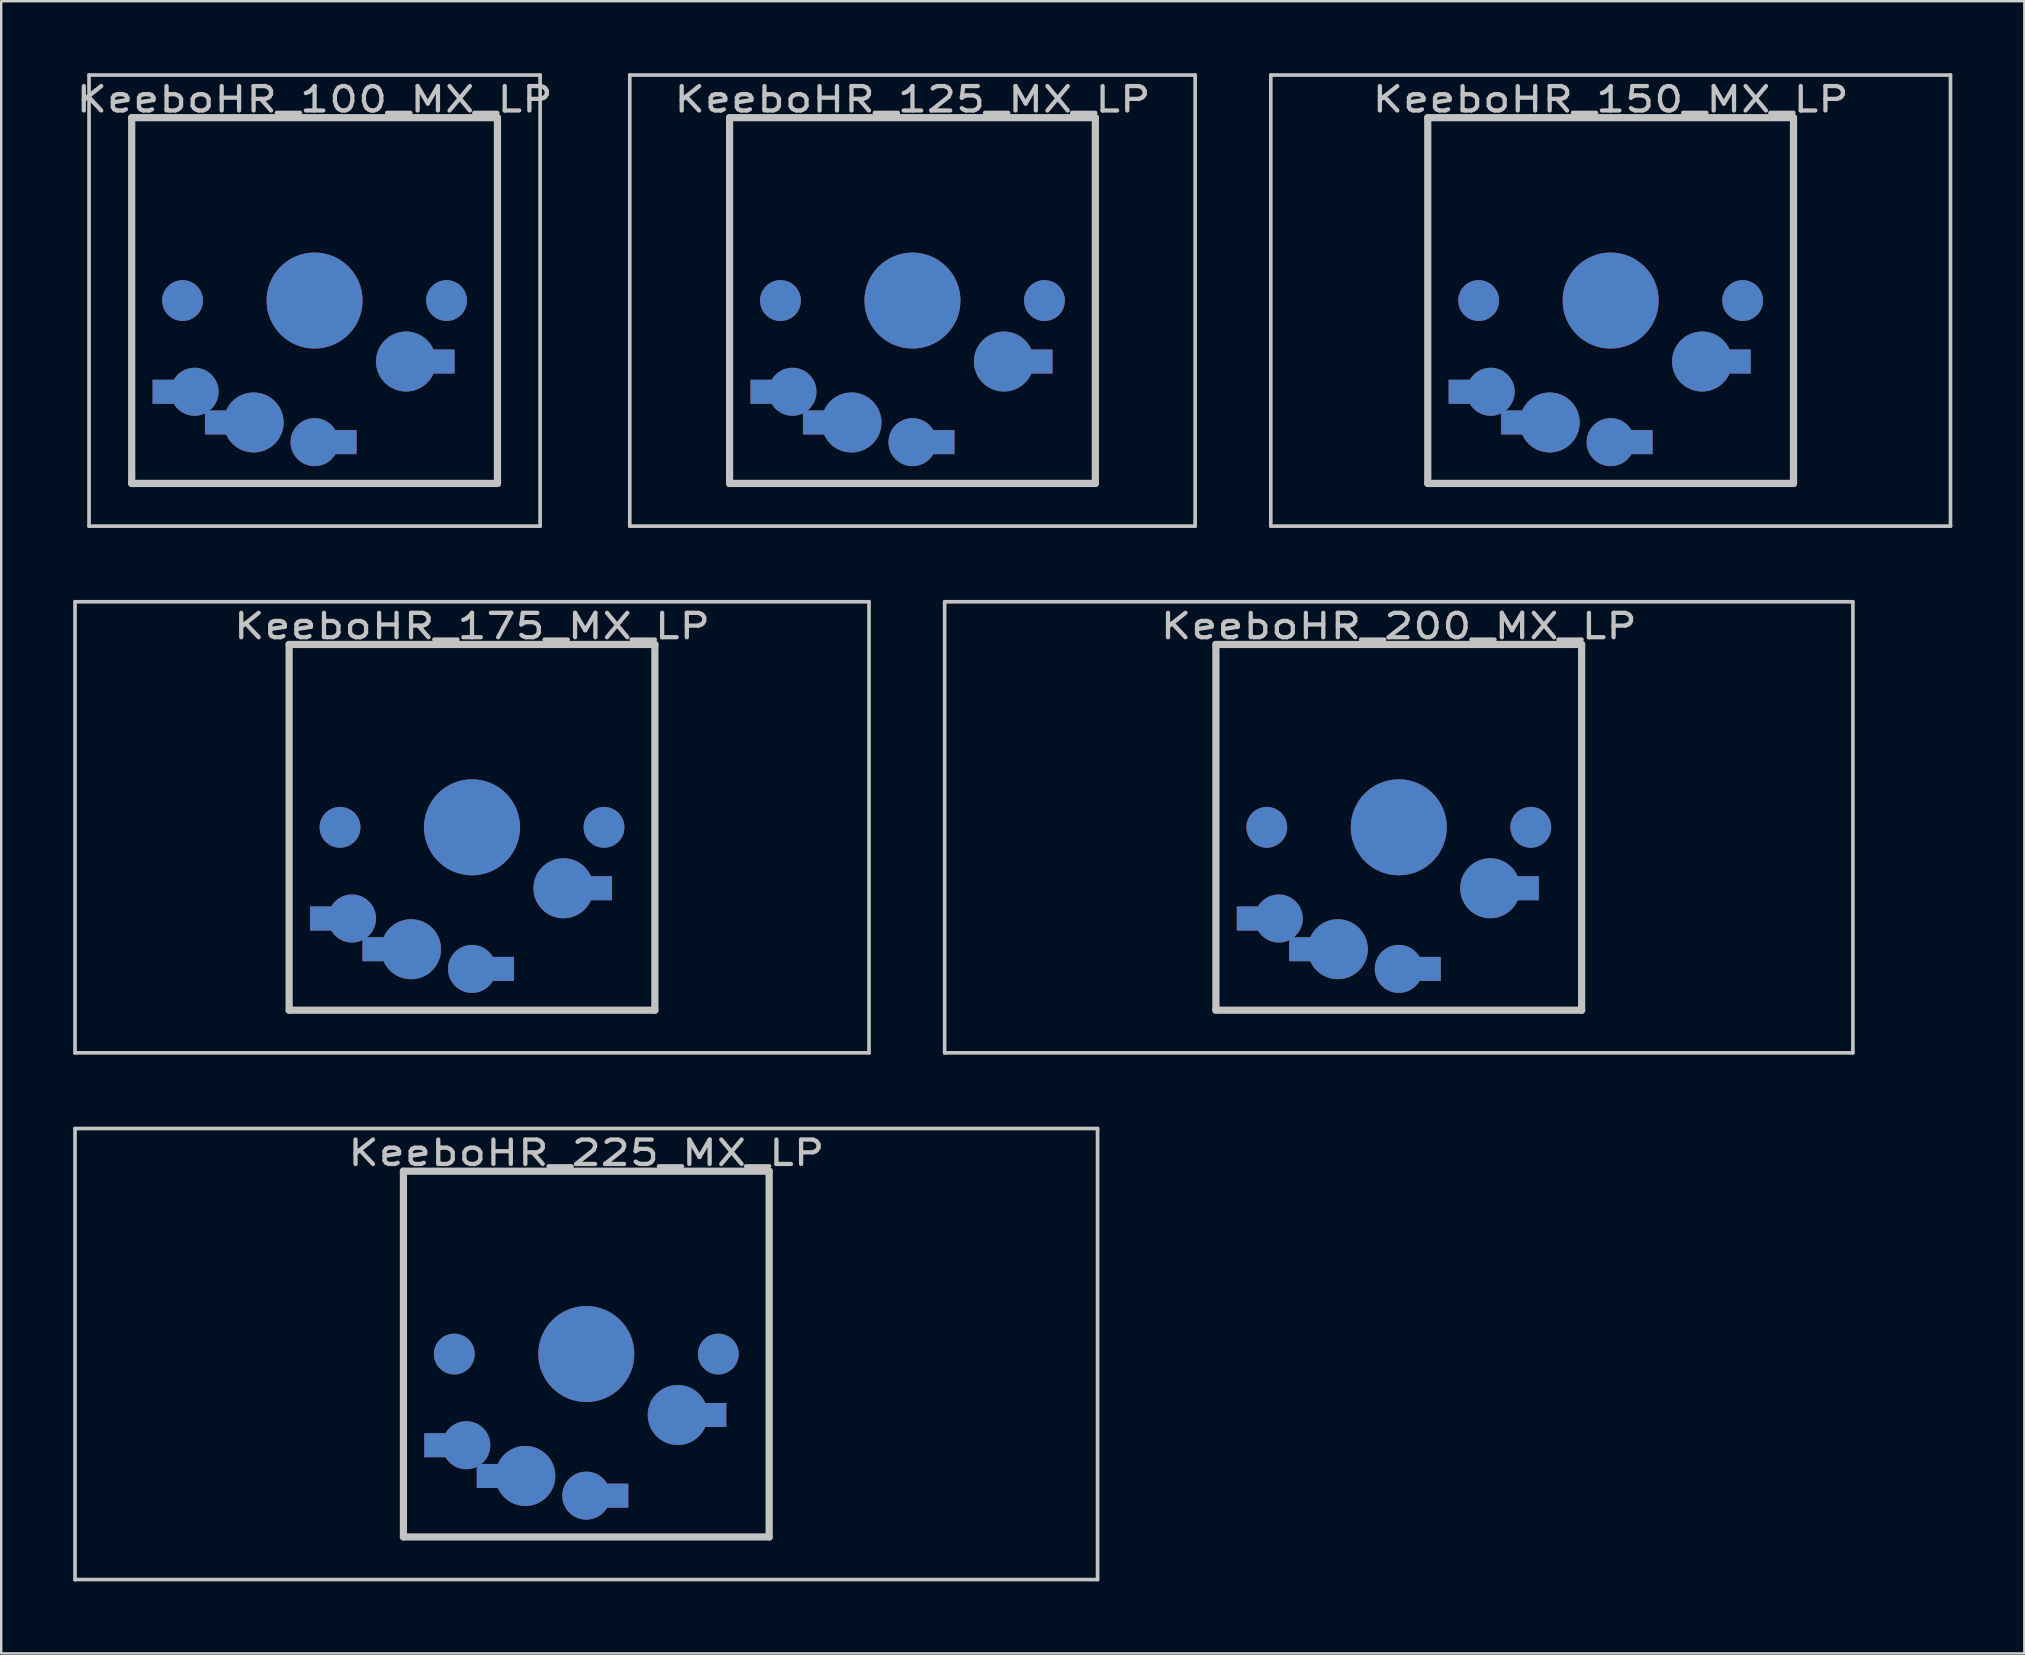
<source format=kicad_pcb>
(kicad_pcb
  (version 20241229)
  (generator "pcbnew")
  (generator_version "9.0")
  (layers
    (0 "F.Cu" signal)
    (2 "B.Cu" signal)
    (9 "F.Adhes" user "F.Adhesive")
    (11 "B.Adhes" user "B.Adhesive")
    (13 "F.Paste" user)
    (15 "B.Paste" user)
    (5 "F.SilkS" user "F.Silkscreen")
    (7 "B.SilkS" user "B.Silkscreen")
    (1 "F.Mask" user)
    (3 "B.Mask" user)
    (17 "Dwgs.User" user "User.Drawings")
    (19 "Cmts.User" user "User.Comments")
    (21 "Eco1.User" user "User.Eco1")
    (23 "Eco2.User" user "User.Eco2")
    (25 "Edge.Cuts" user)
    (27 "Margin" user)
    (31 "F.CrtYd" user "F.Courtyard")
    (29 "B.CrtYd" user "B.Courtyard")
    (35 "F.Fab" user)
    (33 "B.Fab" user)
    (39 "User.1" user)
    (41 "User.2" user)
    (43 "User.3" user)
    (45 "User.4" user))
  (footprint "KeeboHR_175_MX_LP"
    (layer "F.Cu")
    (at 16.618 31.423)
    (property "Reference" "KeeboHR_175_MX_LP" (at 0 -8.382 0) (layer "Dwgs.User") (effects (font (size 1.016 1.27) (thickness 0.178))))
    (attr through_hole)
    (fp_line (start -16.542 -9.398) (end 16.542 -9.398) (stroke (width 0.152) (type solid)) (layer "Dwgs.User"))
    (fp_line (start -16.542 9.398) (end -16.542 -9.398) (stroke (width 0.152) (type solid)) (layer "Dwgs.User"))
    (fp_line (start -7.62 -7.62) (end 7.62 -7.62) (stroke (width 0.3) (type solid)) (layer "Dwgs.User"))
    (fp_line (start -7.62 7.62) (end -7.62 -7.62) (stroke (width 0.3) (type solid)) (layer "Dwgs.User"))
    (fp_line (start 7.62 -7.62) (end 7.62 7.62) (stroke (width 0.3) (type solid)) (layer "Dwgs.User"))
    (fp_line (start 7.62 7.62) (end -7.62 7.62) (stroke (width 0.3) (type solid)) (layer "Dwgs.User"))
    (fp_line (start 16.542 -9.398) (end 16.542 9.398) (stroke (width 0.152) (type solid)) (layer "Dwgs.User"))
    (fp_line (start 16.542 9.398) (end -16.542 9.398) (stroke (width 0.152) (type solid)) (layer "Dwgs.User"))
    (pad "" smd circle (at -5.5 0) (size 1.7 1.7) (layers "*.Cu" "*.Mask"))
    (pad "" smd circle (at 0 0) (size 4 4) (layers "*.Cu" "*.Mask"))
    (pad "" smd circle (at 5.5 0) (size 1.7 1.7) (layers "*.Cu" "*.Mask"))
    (pad "1" smd circle (at 0 5.9) (size 2 2) (layers "*.Cu" "*.Mask"))
    (pad "1" smd rect (at 1.25 5.9) (size 1 1) (layers "*.Cu" "*.Mask"))
    (pad "1" smd circle (at 3.81 2.54) (size 2.5 2.5) (layers "*.Cu" "*.Mask"))
    (pad "1" smd rect (at 5.334 2.54) (size 1 1) (layers "*.Cu" "*.Mask"))
    (pad "2" smd rect (at -6.25 3.8) (size 1 1) (layers "*.Cu" "*.Mask"))
    (pad "2" smd circle (at -5 3.8) (size 2 2) (layers "*.Cu" "*.Mask"))
    (pad "2" smd rect (at -4.064 5.08) (size 1 1) (layers "*.Cu" "*.Mask"))
    (pad "2" smd circle (at -2.54 5.08) (size 2.5 2.5) (layers "*.Cu" "*.Mask")))
  (footprint "KeeboHR_200_MX_LP"
    (layer "F.Cu")
    (at 55.235 31.423)
    (property "Reference" "KeeboHR_200_MX_LP" (at 0 -8.382 0) (layer "Dwgs.User") (effects (font (size 1.016 1.27) (thickness 0.178))))
    (attr through_hole)
    (fp_line (start -18.923 -9.398) (end 18.923 -9.398) (stroke (width 0.152) (type solid)) (layer "Dwgs.User"))
    (fp_line (start -18.923 9.398) (end -18.923 -9.398) (stroke (width 0.152) (type solid)) (layer "Dwgs.User"))
    (fp_line (start -7.62 -7.62) (end 7.62 -7.62) (stroke (width 0.3) (type solid)) (layer "Dwgs.User"))
    (fp_line (start -7.62 7.62) (end -7.62 -7.62) (stroke (width 0.3) (type solid)) (layer "Dwgs.User"))
    (fp_line (start 7.62 -7.62) (end 7.62 7.62) (stroke (width 0.3) (type solid)) (layer "Dwgs.User"))
    (fp_line (start 7.62 7.62) (end -7.62 7.62) (stroke (width 0.3) (type solid)) (layer "Dwgs.User"))
    (fp_line (start 18.923 -9.398) (end 18.923 9.398) (stroke (width 0.152) (type solid)) (layer "Dwgs.User"))
    (fp_line (start 18.923 9.398) (end -18.923 9.398) (stroke (width 0.152) (type solid)) (layer "Dwgs.User"))
    (pad "" smd circle (at -5.5 0) (size 1.7 1.7) (layers "*.Cu" "*.Mask"))
    (pad "" smd circle (at 0 0) (size 4 4) (layers "*.Cu" "*.Mask"))
    (pad "" smd circle (at 5.5 0) (size 1.7 1.7) (layers "*.Cu" "*.Mask"))
    (pad "1" smd circle (at 0 5.9) (size 2 2) (layers "*.Cu" "*.Mask"))
    (pad "1" smd rect (at 1.25 5.9) (size 1 1) (layers "*.Cu" "*.Mask"))
    (pad "1" smd circle (at 3.81 2.54) (size 2.5 2.5) (layers "*.Cu" "*.Mask"))
    (pad "1" smd rect (at 5.334 2.54) (size 1 1) (layers "*.Cu" "*.Mask"))
    (pad "2" smd rect (at -6.25 3.8) (size 1 1) (layers "*.Cu" "*.Mask"))
    (pad "2" smd circle (at -5 3.8) (size 2 2) (layers "*.Cu" "*.Mask"))
    (pad "2" smd rect (at -4.064 5.08) (size 1 1) (layers "*.Cu" "*.Mask"))
    (pad "2" smd circle (at -2.54 5.08) (size 2.5 2.5) (layers "*.Cu" "*.Mask")))
  (footprint "KeeboHR_150_MX_LP"
    (layer "F.Cu")
    (at 64.063 9.474)
    (property "Reference" "KeeboHR_150_MX_LP" (at 0 -8.382 0) (layer "Dwgs.User") (effects (font (size 1.016 1.27) (thickness 0.178))))
    (attr through_hole)
    (fp_line (start -14.161 -9.398) (end 14.161 -9.398) (stroke (width 0.152) (type solid)) (layer "Dwgs.User"))
    (fp_line (start -14.161 9.398) (end -14.161 -9.398) (stroke (width 0.152) (type solid)) (layer "Dwgs.User"))
    (fp_line (start -7.62 -7.62) (end 7.62 -7.62) (stroke (width 0.3) (type solid)) (layer "Dwgs.User"))
    (fp_line (start -7.62 7.62) (end -7.62 -7.62) (stroke (width 0.3) (type solid)) (layer "Dwgs.User"))
    (fp_line (start 7.62 -7.62) (end 7.62 7.62) (stroke (width 0.3) (type solid)) (layer "Dwgs.User"))
    (fp_line (start 7.62 7.62) (end -7.62 7.62) (stroke (width 0.3) (type solid)) (layer "Dwgs.User"))
    (fp_line (start 14.161 -9.398) (end 14.161 9.398) (stroke (width 0.152) (type solid)) (layer "Dwgs.User"))
    (fp_line (start 14.161 9.398) (end -14.161 9.398) (stroke (width 0.152) (type solid)) (layer "Dwgs.User"))
    (pad "" smd circle (at -5.5 0) (size 1.7 1.7) (layers "*.Cu" "*.Mask"))
    (pad "" smd circle (at 0 0) (size 4 4) (layers "*.Cu" "*.Mask"))
    (pad "" smd circle (at 5.5 0) (size 1.7 1.7) (layers "*.Cu" "*.Mask"))
    (pad "1" smd circle (at 0 5.9) (size 2 2) (layers "*.Cu" "*.Mask"))
    (pad "1" smd rect (at 1.25 5.9) (size 1 1) (layers "*.Cu" "*.Mask"))
    (pad "1" smd circle (at 3.81 2.54) (size 2.5 2.5) (layers "*.Cu" "*.Mask"))
    (pad "1" smd rect (at 5.334 2.54) (size 1 1) (layers "*.Cu" "*.Mask"))
    (pad "2" smd rect (at -6.25 3.8) (size 1 1) (layers "*.Cu" "*.Mask"))
    (pad "2" smd circle (at -5 3.8) (size 2 2) (layers "*.Cu" "*.Mask"))
    (pad "2" smd rect (at -4.064 5.08) (size 1 1) (layers "*.Cu" "*.Mask"))
    (pad "2" smd circle (at -2.54 5.08) (size 2.5 2.5) (layers "*.Cu" "*.Mask")))
  (footprint "KeeboHR_100_MX_LP"
    (layer "F.Cu")
    (at 10.058 9.474)
    (property "Reference" "KeeboHR_100_MX_LP" (at 0 -8.382 0) (layer "Dwgs.User") (effects (font (size 1.016 1.27) (thickness 0.178))))
    (attr through_hole)
    (fp_line (start -9.398 -9.398) (end 9.398 -9.398) (stroke (width 0.152) (type solid)) (layer "Dwgs.User"))
    (fp_line (start -9.398 9.398) (end -9.398 -9.398) (stroke (width 0.152) (type solid)) (layer "Dwgs.User"))
    (fp_line (start -7.62 -7.62) (end 7.62 -7.62) (stroke (width 0.3) (type solid)) (layer "Dwgs.User"))
    (fp_line (start -7.62 7.62) (end -7.62 -7.62) (stroke (width 0.3) (type solid)) (layer "Dwgs.User"))
    (fp_line (start 7.62 -7.62) (end 7.62 7.62) (stroke (width 0.3) (type solid)) (layer "Dwgs.User"))
    (fp_line (start 7.62 7.62) (end -7.62 7.62) (stroke (width 0.3) (type solid)) (layer "Dwgs.User"))
    (fp_line (start 9.398 -9.398) (end 9.398 9.398) (stroke (width 0.152) (type solid)) (layer "Dwgs.User"))
    (fp_line (start 9.398 9.398) (end -9.398 9.398) (stroke (width 0.152) (type solid)) (layer "Dwgs.User"))
    (pad "" smd circle (at -5.5 0) (size 1.7 1.7) (layers "*.Cu" "*.Mask"))
    (pad "" smd circle (at 0 0) (size 4 4) (layers "*.Cu" "*.Mask"))
    (pad "" smd circle (at 5.5 0) (size 1.7 1.7) (layers "*.Cu" "*.Mask"))
    (pad "1" smd circle (at 0 5.9) (size 2 2) (layers "*.Cu" "*.Mask"))
    (pad "1" smd rect (at 1.25 5.9) (size 1 1) (layers "*.Cu" "*.Mask"))
    (pad "1" smd circle (at 3.81 2.54) (size 2.5 2.5) (layers "*.Cu" "*.Mask"))
    (pad "1" smd rect (at 5.334 2.54) (size 1 1) (layers "*.Cu" "*.Mask"))
    (pad "2" smd rect (at -6.25 3.8) (size 1 1) (layers "*.Cu" "*.Mask"))
    (pad "2" smd circle (at -5 3.8) (size 2 2) (layers "*.Cu" "*.Mask"))
    (pad "2" smd rect (at -4.064 5.08) (size 1 1) (layers "*.Cu" "*.Mask"))
    (pad "2" smd circle (at -2.54 5.08) (size 2.5 2.5) (layers "*.Cu" "*.Mask")))
  (footprint "KeeboHR_125_MX_LP"
    (layer "F.Cu")
    (at 34.971 9.474)
    (property "Reference" "KeeboHR_125_MX_LP" (at 0 -8.382 0) (layer "Dwgs.User") (effects (font (size 1.016 1.27) (thickness 0.178))))
    (attr through_hole)
    (fp_line (start -11.779 -9.398) (end 11.779 -9.398) (stroke (width 0.152) (type solid)) (layer "Dwgs.User"))
    (fp_line (start -11.779 9.398) (end -11.779 -9.398) (stroke (width 0.152) (type solid)) (layer "Dwgs.User"))
    (fp_line (start -7.62 -7.62) (end 7.62 -7.62) (stroke (width 0.3) (type solid)) (layer "Dwgs.User"))
    (fp_line (start -7.62 7.62) (end -7.62 -7.62) (stroke (width 0.3) (type solid)) (layer "Dwgs.User"))
    (fp_line (start 7.62 -7.62) (end 7.62 7.62) (stroke (width 0.3) (type solid)) (layer "Dwgs.User"))
    (fp_line (start 7.62 7.62) (end -7.62 7.62) (stroke (width 0.3) (type solid)) (layer "Dwgs.User"))
    (fp_line (start 11.779 -9.398) (end 11.779 9.398) (stroke (width 0.152) (type solid)) (layer "Dwgs.User"))
    (fp_line (start 11.779 9.398) (end -11.779 9.398) (stroke (width 0.152) (type solid)) (layer "Dwgs.User"))
    (pad "" smd circle (at -5.5 0) (size 1.7 1.7) (layers "*.Cu" "*.Mask"))
    (pad "" smd circle (at 0 0) (size 4 4) (layers "*.Cu" "*.Mask"))
    (pad "" smd circle (at 5.5 0) (size 1.7 1.7) (layers "*.Cu" "*.Mask"))
    (pad "1" smd circle (at 0 5.9) (size 2 2) (layers "*.Cu" "*.Mask"))
    (pad "1" smd rect (at 1.25 5.9) (size 1 1) (layers "*.Cu" "*.Mask"))
    (pad "1" smd circle (at 3.81 2.54) (size 2.5 2.5) (layers "*.Cu" "*.Mask"))
    (pad "1" smd rect (at 5.334 2.54) (size 1 1) (layers "*.Cu" "*.Mask"))
    (pad "2" smd rect (at -6.25 3.8) (size 1 1) (layers "*.Cu" "*.Mask"))
    (pad "2" smd circle (at -5 3.8) (size 2 2) (layers "*.Cu" "*.Mask"))
    (pad "2" smd rect (at -4.064 5.08) (size 1 1) (layers "*.Cu" "*.Mask"))
    (pad "2" smd circle (at -2.54 5.08) (size 2.5 2.5) (layers "*.Cu" "*.Mask")))
  (footprint "KeeboHR_225_MX_LP"
    (layer "F.Cu")
    (at 21.38 53.371)
    (property "Reference" "KeeboHR_225_MX_LP" (at 0 -8.382 0) (layer "Dwgs.User") (effects (font (size 1.016 1.27) (thickness 0.178))))
    (attr through_hole)
    (fp_line (start -21.304 -9.398) (end 21.304 -9.398) (stroke (width 0.152) (type solid)) (layer "Dwgs.User"))
    (fp_line (start -21.304 9.398) (end -21.304 -9.398) (stroke (width 0.152) (type solid)) (layer "Dwgs.User"))
    (fp_line (start -7.62 -7.62) (end 7.62 -7.62) (stroke (width 0.3) (type solid)) (layer "Dwgs.User"))
    (fp_line (start -7.62 7.62) (end -7.62 -7.62) (stroke (width 0.3) (type solid)) (layer "Dwgs.User"))
    (fp_line (start 7.62 -7.62) (end 7.62 7.62) (stroke (width 0.3) (type solid)) (layer "Dwgs.User"))
    (fp_line (start 7.62 7.62) (end -7.62 7.62) (stroke (width 0.3) (type solid)) (layer "Dwgs.User"))
    (fp_line (start 21.304 -9.398) (end 21.304 9.398) (stroke (width 0.152) (type solid)) (layer "Dwgs.User"))
    (fp_line (start 21.304 9.398) (end -21.304 9.398) (stroke (width 0.152) (type solid)) (layer "Dwgs.User"))
    (pad "" smd circle (at -5.5 0) (size 1.7 1.7) (layers "*.Cu" "*.Mask"))
    (pad "" smd circle (at 0 0) (size 4 4) (layers "*.Cu" "*.Mask"))
    (pad "" smd circle (at 5.5 0) (size 1.7 1.7) (layers "*.Cu" "*.Mask"))
    (pad "1" smd circle (at 0 5.9) (size 2 2) (layers "*.Cu" "*.Mask"))
    (pad "1" smd rect (at 1.25 5.9) (size 1 1) (layers "*.Cu" "*.Mask"))
    (pad "1" smd circle (at 3.81 2.54) (size 2.5 2.5) (layers "*.Cu" "*.Mask"))
    (pad "1" smd rect (at 5.334 2.54) (size 1 1) (layers "*.Cu" "*.Mask"))
    (pad "2" smd rect (at -6.25 3.8) (size 1 1) (layers "*.Cu" "*.Mask"))
    (pad "2" smd circle (at -5 3.8) (size 2 2) (layers "*.Cu" "*.Mask"))
    (pad "2" smd rect (at -4.064 5.08) (size 1 1) (layers "*.Cu" "*.Mask"))
    (pad "2" smd circle (at -2.54 5.08) (size 2.5 2.5) (layers "*.Cu" "*.Mask")))
  (gr_rect
    (start -3 -3)
    (end 81.3 65.845)
    (stroke (width 0.1) (type default))
    (fill no)
    (layer "Edge.Cuts")))
</source>
